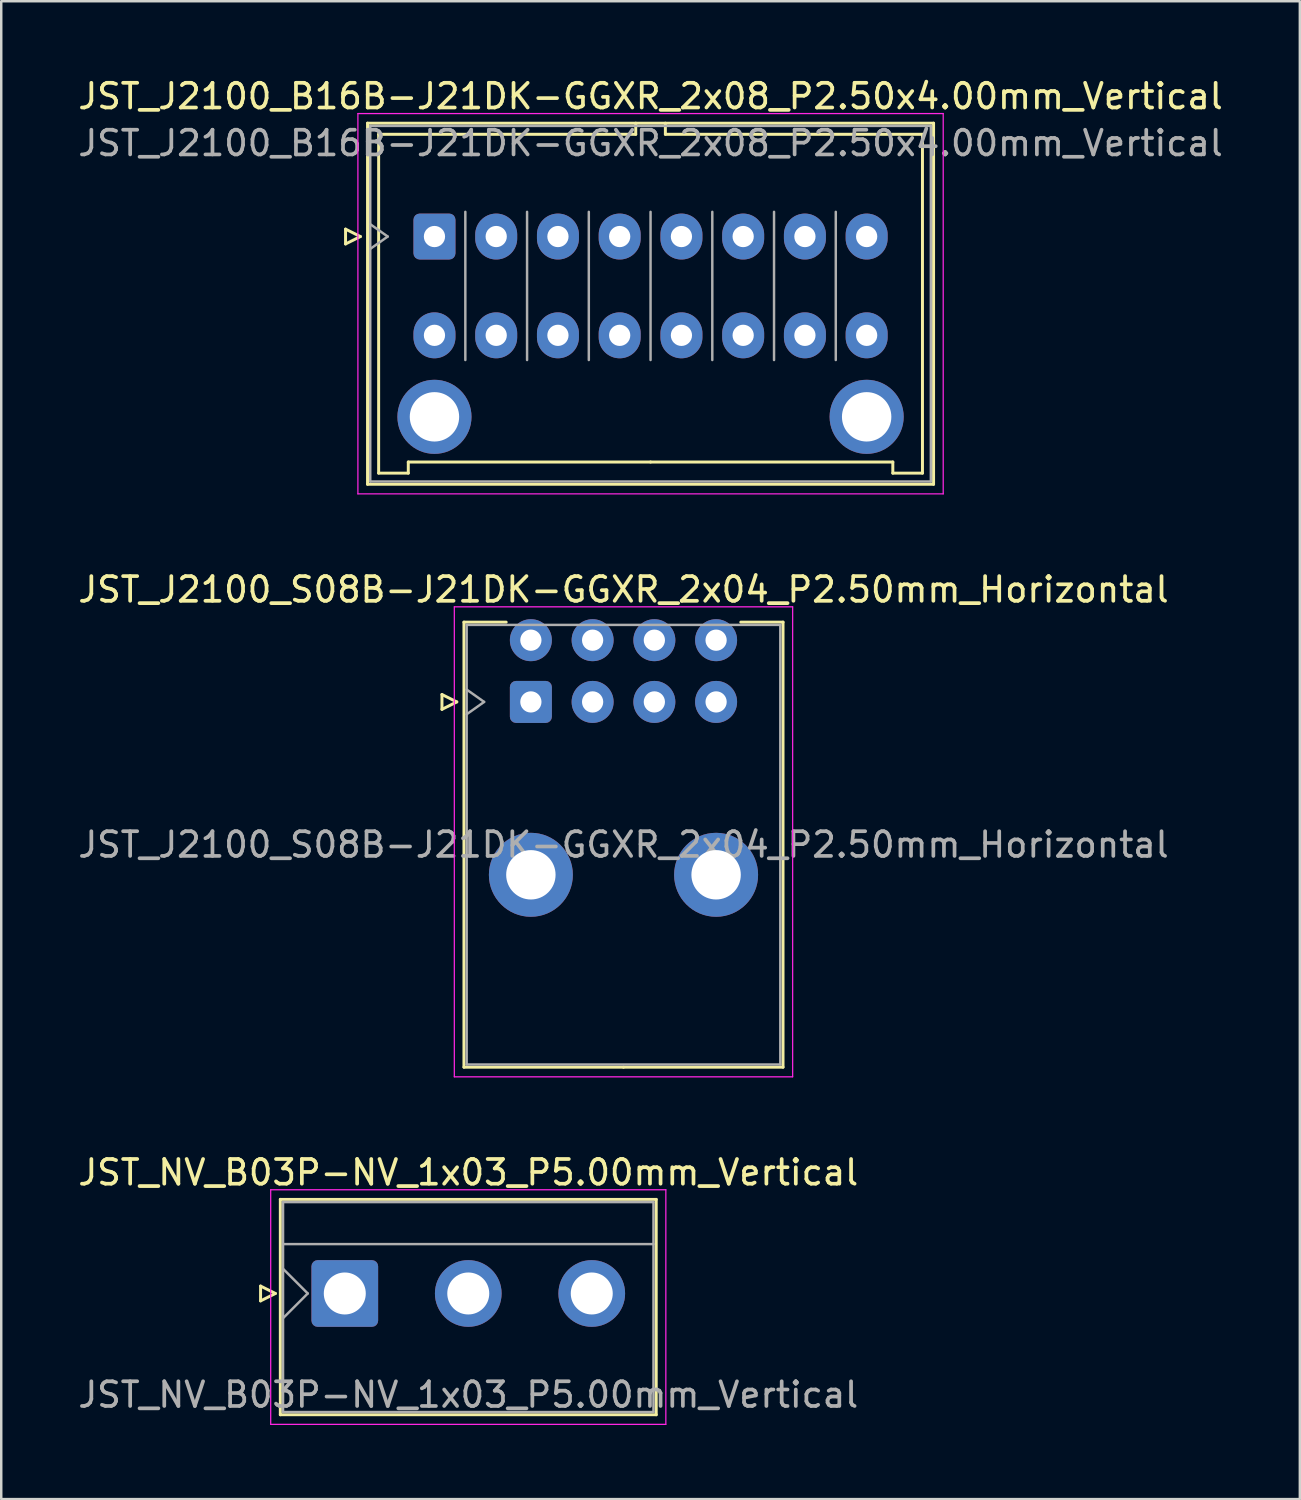
<source format=kicad_pcb>
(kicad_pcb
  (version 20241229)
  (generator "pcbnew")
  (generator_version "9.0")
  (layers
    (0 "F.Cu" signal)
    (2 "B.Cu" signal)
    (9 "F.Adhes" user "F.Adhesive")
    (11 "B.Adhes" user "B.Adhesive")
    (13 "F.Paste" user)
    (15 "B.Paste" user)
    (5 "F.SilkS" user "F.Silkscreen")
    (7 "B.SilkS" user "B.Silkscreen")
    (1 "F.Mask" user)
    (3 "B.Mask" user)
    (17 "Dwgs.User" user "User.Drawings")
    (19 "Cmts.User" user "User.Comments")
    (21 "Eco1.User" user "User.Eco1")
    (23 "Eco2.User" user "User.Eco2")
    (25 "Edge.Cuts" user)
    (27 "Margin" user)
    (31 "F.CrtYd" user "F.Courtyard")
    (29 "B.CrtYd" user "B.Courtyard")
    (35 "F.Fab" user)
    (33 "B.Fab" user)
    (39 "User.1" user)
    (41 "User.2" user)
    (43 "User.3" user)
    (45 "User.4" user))
  (footprint "JST_J2100_S08B-J21DK-GGXR_2x04_P2.50mm_Horizontal"
    (layer "F.Cu")
    (at 18.446 25.372)
    (property "Reference" "JST_J2100_S08B-J21DK-GGXR_2x04_P2.50mm_Horizontal" (at 3.75 -4.55 0) (layer "F.SilkS") (effects (font (size 1 1) (thickness 0.15))))
    (attr through_hole)
    (fp_line (start -3.6 -0.3) (end -3 0) (stroke (width 0.12) (type solid)) (layer "F.SilkS"))
    (fp_line (start -3.6 0.3) (end -3.6 -0.3) (stroke (width 0.12) (type solid)) (layer "F.SilkS"))
    (fp_line (start -3 0) (end -3.6 0.3) (stroke (width 0.12) (type solid)) (layer "F.SilkS"))
    (fp_line (start -2.71 -3.23) (end -2.71 14.79) (stroke (width 0.12) (type solid)) (layer "F.SilkS"))
    (fp_line (start -2.71 14.79) (end 3.75 14.79) (stroke (width 0.12) (type solid)) (layer "F.SilkS"))
    (fp_line (start -1 -3.23) (end -2.71 -3.23) (stroke (width 0.12) (type solid)) (layer "F.SilkS"))
    (fp_line (start 8.5 -3.23) (end 10.21 -3.23) (stroke (width 0.12) (type solid)) (layer "F.SilkS"))
    (fp_line (start 10.21 -3.23) (end 10.21 14.79) (stroke (width 0.12) (type solid)) (layer "F.SilkS"))
    (fp_line (start 10.21 14.79) (end 3.75 14.79) (stroke (width 0.12) (type solid)) (layer "F.SilkS"))
    (fp_line (start -3.1 -3.85) (end -3.1 15.18) (stroke (width 0.05) (type solid)) (layer "F.CrtYd"))
    (fp_line (start -3.1 15.18) (end 10.6 15.18) (stroke (width 0.05) (type solid)) (layer "F.CrtYd"))
    (fp_line (start 10.6 -3.85) (end -3.1 -3.85) (stroke (width 0.05) (type solid)) (layer "F.CrtYd"))
    (fp_line (start 10.6 15.18) (end 10.6 -3.85) (stroke (width 0.05) (type solid)) (layer "F.CrtYd"))
    (fp_line (start -2.6 -3.12) (end -2.6 14.68) (stroke (width 0.1) (type solid)) (layer "F.Fab"))
    (fp_line (start -2.6 0.5) (end -1.893 0) (stroke (width 0.1) (type solid)) (layer "F.Fab"))
    (fp_line (start -2.6 14.68) (end 10.1 14.68) (stroke (width 0.1) (type solid)) (layer "F.Fab"))
    (fp_line (start -1.893 0) (end -2.6 -0.5) (stroke (width 0.1) (type solid)) (layer "F.Fab"))
    (fp_line (start 10.1 -3.12) (end -2.6 -3.12) (stroke (width 0.1) (type solid)) (layer "F.Fab"))
    (fp_line (start 10.1 14.68) (end 10.1 -3.12) (stroke (width 0.1) (type solid)) (layer "F.Fab"))
    (fp_text user "${REFERENCE}" (at 3.75 5.78 0) (layer "F.Fab") (effects (font (size 1 1) (thickness 0.15))))
    (pad "" thru_hole circle (at 0 7) (size 3.4 3.4) (drill 2) (layers "*.Cu" "*.Mask"))
    (pad "" thru_hole circle (at 7.5 7) (size 3.4 3.4) (drill 2) (layers "*.Cu" "*.Mask"))
    (pad "1" thru_hole roundrect (at 0 0) (size 1.7 1.7) (drill 0.86) (layers "*.Cu" "*.Mask") (roundrect_rratio 0.147))
    (pad "2" thru_hole circle (at 2.5 0) (size 1.7 1.7) (drill 0.86) (layers "*.Cu" "*.Mask"))
    (pad "3" thru_hole circle (at 5 0) (size 1.7 1.7) (drill 0.86) (layers "*.Cu" "*.Mask"))
    (pad "4" thru_hole circle (at 7.5 0) (size 1.7 1.7) (drill 0.86) (layers "*.Cu" "*.Mask"))
    (pad "5" thru_hole circle (at 0 -2.5) (size 1.7 1.7) (drill 0.86) (layers "*.Cu" "*.Mask"))
    (pad "6" thru_hole circle (at 2.5 -2.5) (size 1.7 1.7) (drill 0.86) (layers "*.Cu" "*.Mask"))
    (pad "7" thru_hole circle (at 5 -2.5) (size 1.7 1.7) (drill 0.86) (layers "*.Cu" "*.Mask"))
    (pad "8" thru_hole circle (at 7.5 -2.5) (size 1.7 1.7) (drill 0.86) (layers "*.Cu" "*.Mask")))
  (footprint "JST_J2100_B16B-J21DK-GGXR_2x08_P2.50x4.00mm_Vertical"
    (layer "F.Cu")
    (at 14.542 6.528)
    (property "Reference" "JST_J2100_B16B-J21DK-GGXR_2x08_P2.50x4.00mm_Vertical" (at 8.75 -5.68 0) (layer "F.SilkS") (effects (font (size 1 1) (thickness 0.15))))
    (attr through_hole)
    (fp_line (start -3.6 -0.3) (end -3 0) (stroke (width 0.12) (type solid)) (layer "F.SilkS"))
    (fp_line (start -3.6 0.3) (end -3.6 -0.3) (stroke (width 0.12) (type solid)) (layer "F.SilkS"))
    (fp_line (start -3 0) (end -3.6 0.3) (stroke (width 0.12) (type solid)) (layer "F.SilkS"))
    (fp_line (start -2.71 -4.59) (end -2.71 10.03) (stroke (width 0.12) (type solid)) (layer "F.SilkS"))
    (fp_line (start -2.71 10.03) (end 20.21 10.03) (stroke (width 0.12) (type solid)) (layer "F.SilkS"))
    (fp_line (start -2.26 -4.14) (end -2.26 9.58) (stroke (width 0.12) (type solid)) (layer "F.SilkS"))
    (fp_line (start -2.26 9.58) (end -1.06 9.58) (stroke (width 0.12) (type solid)) (layer "F.SilkS"))
    (fp_line (start -1.06 9.13) (end 8.75 9.13) (stroke (width 0.12) (type solid)) (layer "F.SilkS"))
    (fp_line (start -1.06 9.58) (end -1.06 9.13) (stroke (width 0.12) (type solid)) (layer "F.SilkS"))
    (fp_line (start 8.15 -4.59) (end 8.15 -4.14) (stroke (width 0.12) (type solid)) (layer "F.SilkS"))
    (fp_line (start 8.15 -4.14) (end -2.26 -4.14) (stroke (width 0.12) (type solid)) (layer "F.SilkS"))
    (fp_line (start 9.35 -4.59) (end 9.35 -4.14) (stroke (width 0.12) (type solid)) (layer "F.SilkS"))
    (fp_line (start 9.35 -4.14) (end 19.76 -4.14) (stroke (width 0.12) (type solid)) (layer "F.SilkS"))
    (fp_line (start 18.56 9.13) (end 8.75 9.13) (stroke (width 0.12) (type solid)) (layer "F.SilkS"))
    (fp_line (start 18.56 9.58) (end 18.56 9.13) (stroke (width 0.12) (type solid)) (layer "F.SilkS"))
    (fp_line (start 19.76 -4.14) (end 19.76 9.58) (stroke (width 0.12) (type solid)) (layer "F.SilkS"))
    (fp_line (start 19.76 9.58) (end 18.56 9.58) (stroke (width 0.12) (type solid)) (layer "F.SilkS"))
    (fp_line (start 20.21 -4.59) (end -2.71 -4.59) (stroke (width 0.12) (type solid)) (layer "F.SilkS"))
    (fp_line (start 20.21 10.03) (end 20.21 -4.59) (stroke (width 0.12) (type solid)) (layer "F.SilkS"))
    (fp_line (start -3.1 -4.98) (end -3.1 10.42) (stroke (width 0.05) (type solid)) (layer "F.CrtYd"))
    (fp_line (start -3.1 10.42) (end 20.6 10.42) (stroke (width 0.05) (type solid)) (layer "F.CrtYd"))
    (fp_line (start 20.6 -4.98) (end -3.1 -4.98) (stroke (width 0.05) (type solid)) (layer "F.CrtYd"))
    (fp_line (start 20.6 10.42) (end 20.6 -4.98) (stroke (width 0.05) (type solid)) (layer "F.CrtYd"))
    (fp_line (start -2.6 -4.48) (end -2.6 9.92) (stroke (width 0.1) (type solid)) (layer "F.Fab"))
    (fp_line (start -2.6 0.5) (end -1.893 0) (stroke (width 0.1) (type solid)) (layer "F.Fab"))
    (fp_line (start -2.6 9.92) (end 20.1 9.92) (stroke (width 0.1) (type solid)) (layer "F.Fab"))
    (fp_line (start -1.893 0) (end -2.6 -0.5) (stroke (width 0.1) (type solid)) (layer "F.Fab"))
    (fp_line (start 1.25 5) (end 1.25 -1) (stroke (width 0.1) (type solid)) (layer "F.Fab"))
    (fp_line (start 3.75 5) (end 3.75 -1) (stroke (width 0.1) (type solid)) (layer "F.Fab"))
    (fp_line (start 6.25 5) (end 6.25 -1) (stroke (width 0.1) (type solid)) (layer "F.Fab"))
    (fp_line (start 8.75 5) (end 8.75 -1) (stroke (width 0.1) (type solid)) (layer "F.Fab"))
    (fp_line (start 11.25 5) (end 11.25 -1) (stroke (width 0.1) (type solid)) (layer "F.Fab"))
    (fp_line (start 13.75 5) (end 13.75 -1) (stroke (width 0.1) (type solid)) (layer "F.Fab"))
    (fp_line (start 16.25 5) (end 16.25 -1) (stroke (width 0.1) (type solid)) (layer "F.Fab"))
    (fp_line (start 20.1 -4.48) (end -2.6 -4.48) (stroke (width 0.1) (type solid)) (layer "F.Fab"))
    (fp_line (start 20.1 9.92) (end 20.1 -4.48) (stroke (width 0.1) (type solid)) (layer "F.Fab"))
    (fp_text user "${REFERENCE}" (at 8.75 -3.78 0) (layer "F.Fab") (effects (font (size 1 1) (thickness 0.15))))
    (pad "" thru_hole circle (at 0 7.3) (size 3 3) (drill 2) (layers "*.Cu" "*.Mask"))
    (pad "" thru_hole circle (at 17.5 7.3) (size 3 3) (drill 2) (layers "*.Cu" "*.Mask"))
    (pad "1" thru_hole roundrect (at 0 0) (size 1.7 1.86) (drill 0.86) (layers "*.Cu" "*.Mask") (roundrect_rratio 0.147))
    (pad "2" thru_hole oval (at 2.5 0) (size 1.7 1.86) (drill 0.86) (layers "*.Cu" "*.Mask"))
    (pad "3" thru_hole oval (at 5 0) (size 1.7 1.86) (drill 0.86) (layers "*.Cu" "*.Mask"))
    (pad "4" thru_hole oval (at 7.5 0) (size 1.7 1.86) (drill 0.86) (layers "*.Cu" "*.Mask"))
    (pad "5" thru_hole oval (at 10 0) (size 1.7 1.86) (drill 0.86) (layers "*.Cu" "*.Mask"))
    (pad "6" thru_hole oval (at 12.5 0) (size 1.7 1.86) (drill 0.86) (layers "*.Cu" "*.Mask"))
    (pad "7" thru_hole oval (at 15 0) (size 1.7 1.86) (drill 0.86) (layers "*.Cu" "*.Mask"))
    (pad "8" thru_hole oval (at 17.5 0) (size 1.7 1.86) (drill 0.86) (layers "*.Cu" "*.Mask"))
    (pad "9" thru_hole oval (at 0 4) (size 1.7 1.86) (drill 0.86) (layers "*.Cu" "*.Mask"))
    (pad "10" thru_hole oval (at 2.5 4) (size 1.7 1.86) (drill 0.86) (layers "*.Cu" "*.Mask"))
    (pad "11" thru_hole oval (at 5 4) (size 1.7 1.86) (drill 0.86) (layers "*.Cu" "*.Mask"))
    (pad "12" thru_hole oval (at 7.5 4) (size 1.7 1.86) (drill 0.86) (layers "*.Cu" "*.Mask"))
    (pad "13" thru_hole oval (at 10 4) (size 1.7 1.86) (drill 0.86) (layers "*.Cu" "*.Mask"))
    (pad "14" thru_hole oval (at 12.5 4) (size 1.7 1.86) (drill 0.86) (layers "*.Cu" "*.Mask"))
    (pad "15" thru_hole oval (at 15 4) (size 1.7 1.86) (drill 0.86) (layers "*.Cu" "*.Mask"))
    (pad "16" thru_hole oval (at 17.5 4) (size 1.7 1.86) (drill 0.86) (layers "*.Cu" "*.Mask")))
  (footprint "JST_NV_B03P-NV_1x03_P5.00mm_Vertical"
    (layer "F.Cu")
    (at 10.911 49.325)
    (property "Reference" "JST_NV_B03P-NV_1x03_P5.00mm_Vertical" (at 5 -4.9 0) (layer "F.SilkS") (effects (font (size 1 1) (thickness 0.15))))
    (attr through_hole)
    (fp_line (start -3.41 -0.3) (end -2.81 0) (stroke (width 0.12) (type solid)) (layer "F.SilkS"))
    (fp_line (start -3.41 0.3) (end -3.41 -0.3) (stroke (width 0.12) (type solid)) (layer "F.SilkS"))
    (fp_line (start -2.81 0) (end -3.41 0.3) (stroke (width 0.12) (type solid)) (layer "F.SilkS"))
    (fp_line (start -2.61 -3.81) (end -2.61 4.91) (stroke (width 0.12) (type solid)) (layer "F.SilkS"))
    (fp_line (start -2.61 4.91) (end 12.61 4.91) (stroke (width 0.12) (type solid)) (layer "F.SilkS"))
    (fp_line (start 12.61 -3.81) (end -2.61 -3.81) (stroke (width 0.12) (type solid)) (layer "F.SilkS"))
    (fp_line (start 12.61 4.91) (end 12.61 -3.81) (stroke (width 0.12) (type solid)) (layer "F.SilkS"))
    (fp_line (start -3 -4.2) (end -3 5.3) (stroke (width 0.05) (type solid)) (layer "F.CrtYd"))
    (fp_line (start -3 5.3) (end 13 5.3) (stroke (width 0.05) (type solid)) (layer "F.CrtYd"))
    (fp_line (start 13 -4.2) (end -3 -4.2) (stroke (width 0.05) (type solid)) (layer "F.CrtYd"))
    (fp_line (start 13 5.3) (end 13 -4.2) (stroke (width 0.05) (type solid)) (layer "F.CrtYd"))
    (fp_line (start -2.5 -3.7) (end -2.5 4.8) (stroke (width 0.1) (type solid)) (layer "F.Fab"))
    (fp_line (start -2.5 -2) (end 12.5 -2) (stroke (width 0.1) (type solid)) (layer "F.Fab"))
    (fp_line (start -2.5 -1) (end -1.5 0) (stroke (width 0.1) (type solid)) (layer "F.Fab"))
    (fp_line (start -2.5 1) (end -1.5 0) (stroke (width 0.1) (type solid)) (layer "F.Fab"))
    (fp_line (start -2.5 4.8) (end 12.5 4.8) (stroke (width 0.1) (type solid)) (layer "F.Fab"))
    (fp_line (start 12.5 -3.7) (end -2.5 -3.7) (stroke (width 0.1) (type solid)) (layer "F.Fab"))
    (fp_line (start 12.5 4.8) (end 12.5 -3.7) (stroke (width 0.1) (type solid)) (layer "F.Fab"))
    (fp_text user "${REFERENCE}" (at 5 4.1 0) (layer "F.Fab") (effects (font (size 1 1) (thickness 0.15))))
    (pad "1" thru_hole roundrect (at 0 0) (size 2.7 2.7) (drill 1.7) (layers "*.Cu" "*.Mask") (roundrect_rratio 0.093))
    (pad "2" thru_hole circle (at 5 0) (size 2.7 2.7) (drill 1.7) (layers "*.Cu" "*.Mask"))
    (pad "3" thru_hole circle (at 10 0) (size 2.7 2.7) (drill 1.7) (layers "*.Cu" "*.Mask")))
  (gr_rect
    (start -3 -3)
    (end 49.583 57.65)
    (stroke (width 0.1) (type default))
    (fill no)
    (layer "Edge.Cuts")))
</source>
